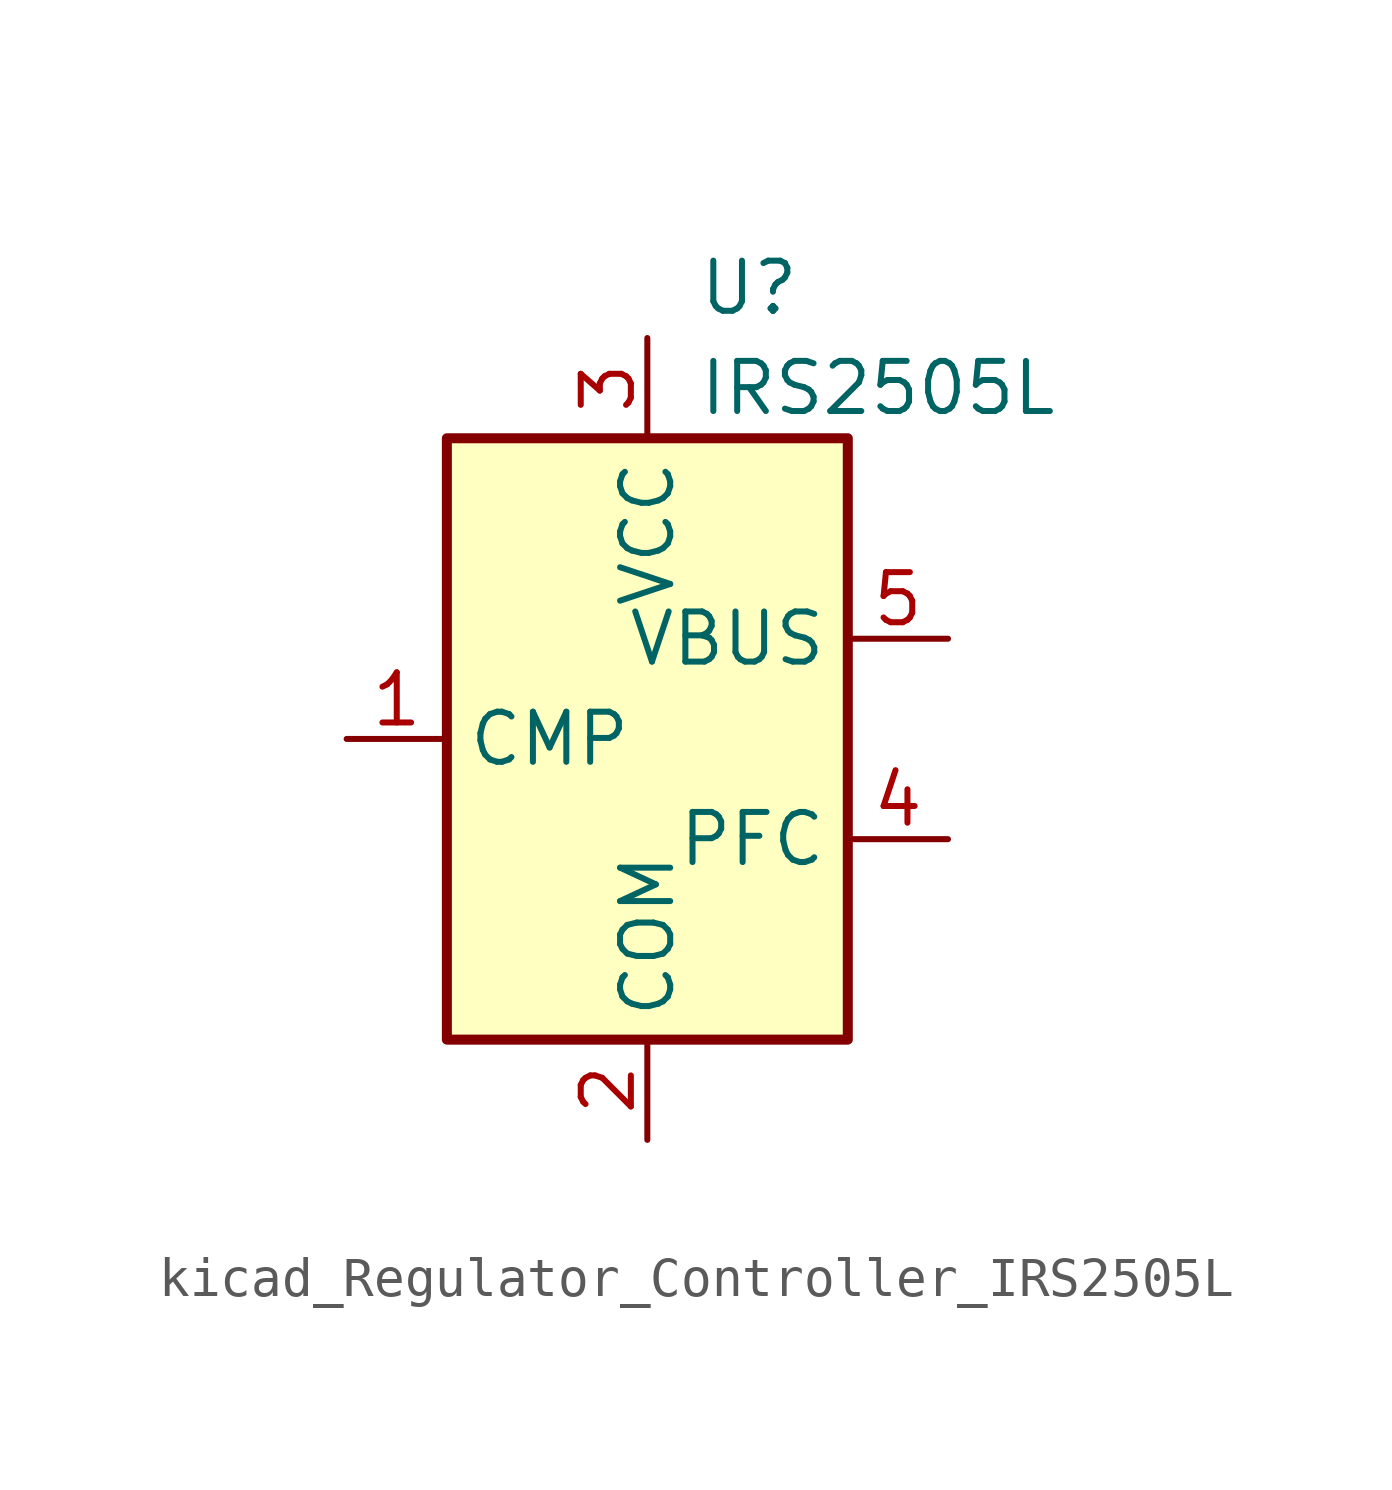
<source format=kicad_sym>
(kicad_symbol_lib
  (version 20220914)
  (generator kicad_symbol_editor)
  (symbol "kicad_Regulator_Controller_IRS2505L"
    (property "Reference" "U"
      (at 1.27 11.43 0)
      (effects (font (size 1.27 1.27)) (justify left)))
    (property "Value" "IRS2505L"
      (at 1.27 8.89 0)
      (effects (font (size 1.27 1.27)) (justify left)))
    (symbol "kicad_Regulator_Controller_IRS2505L_0_1"
      (rectangle (start -5.08 -7.62) (end 5.08 7.62) (stroke (width 0.254) (type default)) (fill (type background))))
    (symbol "kicad_Regulator_Controller_IRS2505L_1_1"
      (pin passive line (at -7.62 0 0) (length 2.54) (name "CMP" (effects (font (size 1.27 1.27)))) (number "1" (effects (font (size 1.27 1.27)))))
      (pin power_in line (at 0 -10.16 90) (length 2.54) (name "COM" (effects (font (size 1.27 1.27)))) (number "2" (effects (font (size 1.27 1.27)))))
      (pin power_in line (at 0 10.16 270) (length 2.54) (name "VCC" (effects (font (size 1.27 1.27)))) (number "3" (effects (font (size 1.27 1.27)))))
      (pin output line (at 7.62 -2.54 180) (length 2.54) (name "PFC" (effects (font (size 1.27 1.27)))) (number "4" (effects (font (size 1.27 1.27)))))
      (pin input line (at 7.62 2.54 180) (length 2.54) (name "VBUS" (effects (font (size 1.27 1.27)))) (number "5" (effects (font (size 1.27 1.27))))))))
</source>
